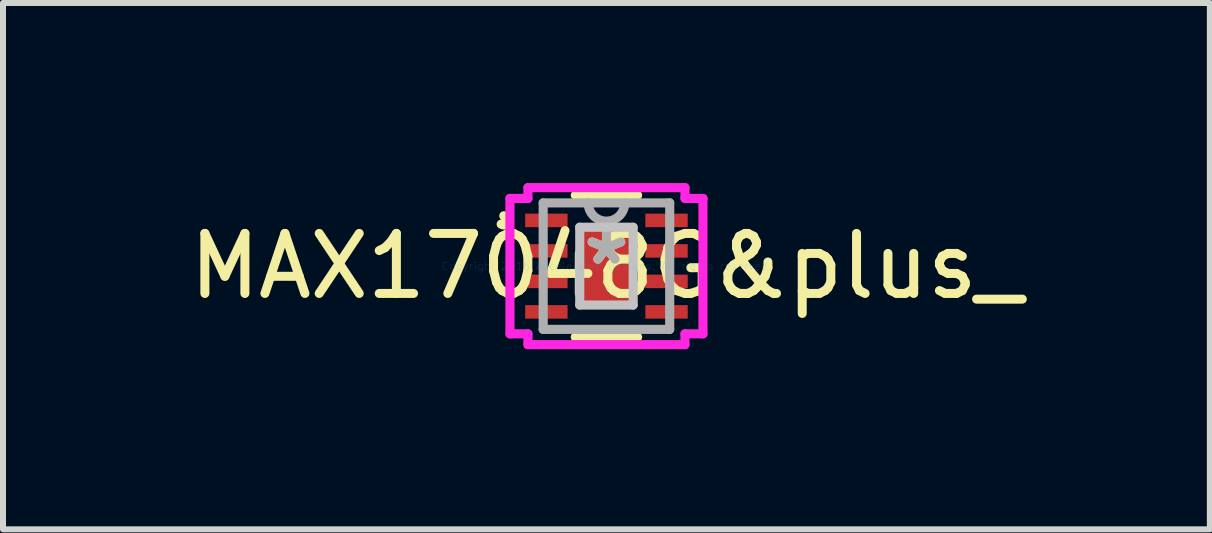
<source format=kicad_pcb>
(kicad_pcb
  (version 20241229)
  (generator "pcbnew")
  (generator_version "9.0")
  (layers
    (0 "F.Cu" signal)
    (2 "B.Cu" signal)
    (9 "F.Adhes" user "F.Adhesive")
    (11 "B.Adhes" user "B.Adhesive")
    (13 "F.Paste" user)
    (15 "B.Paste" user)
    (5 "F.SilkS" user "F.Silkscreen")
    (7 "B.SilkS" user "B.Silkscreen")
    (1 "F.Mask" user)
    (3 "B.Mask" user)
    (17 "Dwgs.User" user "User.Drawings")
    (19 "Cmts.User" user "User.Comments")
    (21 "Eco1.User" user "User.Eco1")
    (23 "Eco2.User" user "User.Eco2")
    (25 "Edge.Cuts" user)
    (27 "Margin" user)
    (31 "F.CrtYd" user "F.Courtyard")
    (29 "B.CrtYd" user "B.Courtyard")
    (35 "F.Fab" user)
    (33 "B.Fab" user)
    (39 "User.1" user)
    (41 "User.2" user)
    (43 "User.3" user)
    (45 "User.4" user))
  (footprint "MAX17048G&plus_"
    (layer "F.Cu")
    (at 7.054 1.384)
    (property "Reference" "MAX17048G&plus_" (at 0 0 0) (layer "F.SilkS") (effects (font (size 1 1) (thickness 0.15))))
    (attr through_hole)
    (fp_line (start -0.519 1.181) (end 0.519 1.181) (stroke (width 0.152) (type solid)) (layer "F.SilkS"))
    (fp_line (start 0.519 -1.181) (end -0.519 -1.181) (stroke (width 0.152) (type solid)) (layer "F.SilkS"))
    (fp_arc (start -1.709699 -0.8382) (mid -1.637009 -0.73914) (end -1.753313 -0.699516) (stroke (width 0.1524) (type solid)) (layer "F.SilkS"))
    (fp_line (start -0.445 -0.648) (end -0.445 0.648) (stroke (width 0.152) (type solid)) (layer "Dwgs.User"))
    (fp_line (start -0.445 0.648) (end 0.445 0.648) (stroke (width 0.152) (type solid)) (layer "Dwgs.User"))
    (fp_line (start 0.445 -0.648) (end -0.445 -0.648) (stroke (width 0.152) (type solid)) (layer "Dwgs.User"))
    (fp_line (start 0.445 0.648) (end 0.445 -0.648) (stroke (width 0.152) (type solid)) (layer "Dwgs.User"))
    (fp_line (start -1.608 -1.128) (end -1.308 -1.128) (stroke (width 0.152) (type solid)) (layer "F.CrtYd"))
    (fp_line (start -1.608 1.128) (end -1.608 -1.128) (stroke (width 0.152) (type solid)) (layer "F.CrtYd"))
    (fp_line (start -1.308 -1.308) (end 1.308 -1.308) (stroke (width 0.152) (type solid)) (layer "F.CrtYd"))
    (fp_line (start -1.308 -1.128) (end -1.308 -1.308) (stroke (width 0.152) (type solid)) (layer "F.CrtYd"))
    (fp_line (start -1.308 1.128) (end -1.608 1.128) (stroke (width 0.152) (type solid)) (layer "F.CrtYd"))
    (fp_line (start -1.308 1.308) (end -1.308 1.128) (stroke (width 0.152) (type solid)) (layer "F.CrtYd"))
    (fp_line (start 1.308 -1.308) (end 1.308 -1.128) (stroke (width 0.152) (type solid)) (layer "F.CrtYd"))
    (fp_line (start 1.308 -1.128) (end 1.608 -1.128) (stroke (width 0.152) (type solid)) (layer "F.CrtYd"))
    (fp_line (start 1.308 1.128) (end 1.308 1.308) (stroke (width 0.152) (type solid)) (layer "F.CrtYd"))
    (fp_line (start 1.308 1.308) (end -1.308 1.308) (stroke (width 0.152) (type solid)) (layer "F.CrtYd"))
    (fp_line (start 1.608 -1.128) (end 1.608 1.128) (stroke (width 0.152) (type solid)) (layer "F.CrtYd"))
    (fp_line (start 1.608 1.128) (end 1.308 1.128) (stroke (width 0.152) (type solid)) (layer "F.CrtYd"))
    (fp_line (start -1.054 -1.054) (end -1.054 1.054) (stroke (width 0.152) (type solid)) (layer "F.Fab"))
    (fp_line (start -1.054 1.054) (end 1.054 1.054) (stroke (width 0.152) (type solid)) (layer "F.Fab"))
    (fp_line (start 1.054 -1.054) (end -1.054 -1.054) (stroke (width 0.152) (type solid)) (layer "F.Fab"))
    (fp_line (start 1.054 1.054) (end 1.054 -1.054) (stroke (width 0.152) (type solid)) (layer "F.Fab"))
    (fp_arc (start 0.3048 -1.0541) (mid 0 -0.7493) (end -0.3048 -1.0541) (stroke (width 0.1524) (type solid)) (layer "F.Fab"))
    (fp_text user "*" (at 0 0 0) (layer "F.SilkS") (effects (font (size 1 1) (thickness 0.15))))
    (fp_text user "Copyright 2016 Accelerated Designs. All rights reserved." (at 0 0 0) (layer "Cmts.User") (effects (font (size 0.127 0.127) (thickness 0.002))))
    (fp_text user "*" (at 0 0 0) (layer "F.Fab") (effects (font (size 1 1) (thickness 0.15))))
    (pad "1" smd rect (at -1.001 -0.762) (size 0.706 0.225) (layers "F.Cu" "F.Mask" "F.Paste"))
    (pad "2" smd rect (at -1.001 -0.254) (size 0.706 0.225) (layers "F.Cu" "F.Mask" "F.Paste"))
    (pad "3" smd rect (at -1.001 0.254) (size 0.706 0.225) (layers "F.Cu" "F.Mask" "F.Paste"))
    (pad "4" smd rect (at -1.001 0.762) (size 0.706 0.225) (layers "F.Cu" "F.Mask" "F.Paste"))
    (pad "5" smd rect (at 1.001 0.762) (size 0.706 0.225) (layers "F.Cu" "F.Mask" "F.Paste"))
    (pad "6" smd rect (at 1.001 0.254) (size 0.706 0.225) (layers "F.Cu" "F.Mask" "F.Paste"))
    (pad "7" smd rect (at 1.001 -0.254) (size 0.706 0.225) (layers "F.Cu" "F.Mask" "F.Paste"))
    (pad "8" smd rect (at 1.001 -0.762) (size 0.706 0.225) (layers "F.Cu" "F.Mask" "F.Paste"))
    (pad "9" smd rect (at 0 0) (size 0.889 1.295) (layers "F.Cu" "F.Mask" "F.Paste")))
  (gr_rect
    (start -3 -3)
    (end 17.107 5.769)
    (stroke (width 0.1) (type default))
    (fill no)
    (layer "Edge.Cuts")))
</source>
